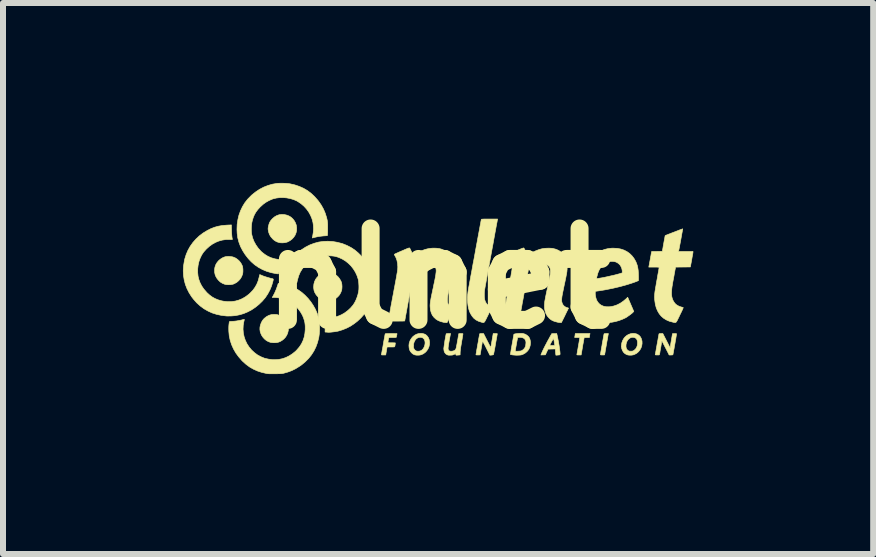
<source format=kicad_pcb>
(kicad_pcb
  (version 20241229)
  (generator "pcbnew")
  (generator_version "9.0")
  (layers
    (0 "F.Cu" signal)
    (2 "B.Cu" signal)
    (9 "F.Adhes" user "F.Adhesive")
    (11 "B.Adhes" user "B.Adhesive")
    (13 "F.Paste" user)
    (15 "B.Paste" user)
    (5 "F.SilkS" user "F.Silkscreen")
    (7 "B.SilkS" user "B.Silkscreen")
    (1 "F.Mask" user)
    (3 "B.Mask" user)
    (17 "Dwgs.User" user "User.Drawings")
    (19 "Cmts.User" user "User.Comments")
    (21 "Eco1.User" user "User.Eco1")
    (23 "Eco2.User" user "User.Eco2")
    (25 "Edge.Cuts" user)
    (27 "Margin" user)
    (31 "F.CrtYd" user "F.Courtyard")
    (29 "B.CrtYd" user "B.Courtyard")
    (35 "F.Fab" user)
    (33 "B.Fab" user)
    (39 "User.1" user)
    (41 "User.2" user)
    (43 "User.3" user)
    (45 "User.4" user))
  (footprint "nlnet"
    (layer "F.Cu")
    (at 4.254 1.594)
    (property "Reference" "nlnet" (at 0 0 0) (layer "F.SilkS") (effects (font (size 1.524 1.524) (thickness 0.3))))
    (attr through_hole)
    (fp_poly (pts (xy -2.699 0.599) (xy -2.675 0.604) (xy -2.634 0.618) (xy -2.597 0.64) (xy -2.565 0.668) (xy -2.538 0.7) (xy -2.517 0.738) (xy -2.502 0.779) (xy -2.501 0.786) (xy -2.495 0.828) (xy -2.498 0.869) (xy -2.508 0.91) (xy -2.522 0.942) (xy -2.542 0.975) (xy -2.569 1.005) (xy -2.601 1.031) (xy -2.635 1.051) (xy -2.671 1.064) (xy -2.693 1.068) (xy -2.72 1.07) (xy -2.749 1.07) (xy -2.777 1.067) (xy -2.795 1.064) (xy -2.831 1.051) (xy -2.865 1.032) (xy -2.896 1.006) (xy -2.923 0.975) (xy -2.945 0.941) (xy -2.96 0.904) (xy -2.966 0.885) (xy -2.971 0.848) (xy -2.97 0.813) (xy -2.963 0.779) (xy -2.948 0.736) (xy -2.927 0.698) (xy -2.899 0.665) (xy -2.865 0.638) (xy -2.826 0.616) (xy -2.804 0.608) (xy -2.772 0.6) (xy -2.736 0.598) (xy -2.699 0.599)) (stroke (width 0.01) (type solid)) (fill yes) (layer "F.SilkS"))
    (fp_poly (pts (xy -2.565 -1.067) (xy -2.521 -1.057) (xy -2.486 -1.043) (xy -2.454 -1.024) (xy -2.425 -0.998) (xy -2.4 -0.967) (xy -2.38 -0.932) (xy -2.366 -0.895) (xy -2.364 -0.888) (xy -2.358 -0.845) (xy -2.359 -0.802) (xy -2.368 -0.762) (xy -2.384 -0.723) (xy -2.407 -0.688) (xy -2.435 -0.658) (xy -2.469 -0.632) (xy -2.507 -0.612) (xy -2.519 -0.607) (xy -2.557 -0.598) (xy -2.596 -0.595) (xy -2.634 -0.597) (xy -2.655 -0.602) (xy -2.685 -0.611) (xy -2.71 -0.624) (xy -2.734 -0.64) (xy -2.759 -0.662) (xy -2.76 -0.664) (xy -2.789 -0.697) (xy -2.81 -0.732) (xy -2.824 -0.77) (xy -2.829 -0.792) (xy -2.832 -0.809) (xy -2.834 -0.823) (xy -2.834 -0.836) (xy -2.832 -0.852) (xy -2.83 -0.865) (xy -2.82 -0.905) (xy -2.807 -0.94) (xy -2.787 -0.97) (xy -2.762 -0.998) (xy -2.727 -1.028) (xy -2.689 -1.05) (xy -2.649 -1.064) (xy -2.608 -1.069) (xy -2.565 -1.067)) (stroke (width 0.01) (type solid)) (fill yes) (layer "F.SilkS"))
    (fp_poly (pts (xy -1.815 -0.101) (xy -1.773 -0.093) (xy -1.731 -0.077) (xy -1.725 -0.073) (xy -1.694 -0.053) (xy -1.665 -0.026) (xy -1.64 0.007) (xy -1.619 0.044) (xy -1.615 0.054) (xy -1.608 0.075) (xy -1.604 0.101) (xy -1.602 0.131) (xy -1.603 0.16) (xy -1.606 0.186) (xy -1.608 0.195) (xy -1.623 0.235) (xy -1.644 0.272) (xy -1.672 0.304) (xy -1.706 0.332) (xy -1.744 0.354) (xy -1.759 0.36) (xy -1.786 0.367) (xy -1.818 0.371) (xy -1.851 0.372) (xy -1.882 0.369) (xy -1.891 0.368) (xy -1.931 0.355) (xy -1.967 0.335) (xy -2 0.309) (xy -2.003 0.305) (xy -2.032 0.272) (xy -2.054 0.236) (xy -2.068 0.199) (xy -2.074 0.159) (xy -2.075 0.139) (xy -2.071 0.093) (xy -2.06 0.051) (xy -2.042 0.013) (xy -2.017 -0.021) (xy -2.011 -0.027) (xy -1.977 -0.057) (xy -1.939 -0.079) (xy -1.899 -0.094) (xy -1.858 -0.101) (xy -1.815 -0.101)) (stroke (width 0.01) (type solid)) (fill yes) (layer "F.SilkS"))
    (fp_poly (pts (xy -3.457 -0.366) (xy -3.429 -0.362) (xy -3.412 -0.357) (xy -3.375 -0.341) (xy -3.341 -0.317) (xy -3.311 -0.289) (xy -3.286 -0.255) (xy -3.267 -0.219) (xy -3.26 -0.198) (xy -3.256 -0.175) (xy -3.254 -0.148) (xy -3.254 -0.119) (xy -3.256 -0.091) (xy -3.26 -0.073) (xy -3.275 -0.033) (xy -3.297 0.004) (xy -3.325 0.036) (xy -3.358 0.064) (xy -3.396 0.085) (xy -3.415 0.093) (xy -3.437 0.098) (xy -3.464 0.102) (xy -3.493 0.103) (xy -3.522 0.102) (xy -3.546 0.098) (xy -3.555 0.096) (xy -3.595 0.08) (xy -3.632 0.057) (xy -3.664 0.026) (xy -3.687 -0.003) (xy -3.706 -0.036) (xy -3.718 -0.067) (xy -3.725 -0.101) (xy -3.726 -0.117) (xy -3.726 -0.156) (xy -3.72 -0.192) (xy -3.707 -0.228) (xy -3.704 -0.236) (xy -3.685 -0.267) (xy -3.66 -0.297) (xy -3.63 -0.323) (xy -3.597 -0.344) (xy -3.563 -0.359) (xy -3.541 -0.365) (xy -3.517 -0.368) (xy -3.488 -0.369) (xy -3.457 -0.366)) (stroke (width 0.01) (type solid)) (fill yes) (layer "F.SilkS"))
    (fp_poly (pts (xy 2.837 0.929) (xy 2.836 0.935) (xy 2.833 0.949) (xy 2.83 0.968) (xy 2.826 0.992) (xy 2.821 1.02) (xy 2.815 1.05) (xy 2.81 1.082) (xy 2.804 1.115) (xy 2.798 1.147) (xy 2.793 1.177) (xy 2.788 1.205) (xy 2.784 1.23) (xy 2.78 1.25) (xy 2.778 1.264) (xy 2.777 1.271) (xy 2.777 1.272) (xy 2.773 1.273) (xy 2.763 1.274) (xy 2.748 1.274) (xy 2.741 1.274) (xy 2.724 1.274) (xy 2.713 1.273) (xy 2.708 1.271) (xy 2.706 1.268) (xy 2.706 1.267) (xy 2.707 1.262) (xy 2.709 1.249) (xy 2.712 1.231) (xy 2.716 1.207) (xy 2.721 1.18) (xy 2.726 1.15) (xy 2.732 1.118) (xy 2.737 1.085) (xy 2.743 1.052) (xy 2.749 1.021) (xy 2.754 0.993) (xy 2.758 0.968) (xy 2.762 0.948) (xy 2.765 0.933) (xy 2.766 0.925) (xy 2.767 0.924) (xy 2.769 0.921) (xy 2.774 0.919) (xy 2.784 0.918) (xy 2.8 0.917) (xy 2.804 0.917) (xy 2.839 0.917) (xy 2.837 0.929)) (stroke (width 0.01) (type solid)) (fill yes) (layer "F.SilkS"))
    (fp_poly (pts (xy 2.53 0.929) (xy 2.528 0.94) (xy 2.526 0.955) (xy 2.525 0.962) (xy 2.522 0.984) (xy 2.48 0.984) (xy 2.458 0.984) (xy 2.444 0.985) (xy 2.437 0.987) (xy 2.435 0.989) (xy 2.434 0.994) (xy 2.432 1.006) (xy 2.428 1.025) (xy 2.424 1.049) (xy 2.419 1.077) (xy 2.413 1.108) (xy 2.409 1.134) (xy 2.385 1.274) (xy 2.349 1.274) (xy 2.331 1.274) (xy 2.321 1.273) (xy 2.315 1.272) (xy 2.314 1.269) (xy 2.314 1.267) (xy 2.315 1.26) (xy 2.318 1.246) (xy 2.321 1.227) (xy 2.325 1.203) (xy 2.33 1.177) (xy 2.335 1.148) (xy 2.34 1.119) (xy 2.345 1.09) (xy 2.35 1.062) (xy 2.354 1.037) (xy 2.357 1.016) (xy 2.36 1) (xy 2.361 0.991) (xy 2.362 0.988) (xy 2.358 0.986) (xy 2.347 0.984) (xy 2.328 0.984) (xy 2.32 0.984) (xy 2.278 0.984) (xy 2.28 0.964) (xy 2.283 0.949) (xy 2.285 0.934) (xy 2.285 0.931) (xy 2.288 0.917) (xy 2.533 0.917) (xy 2.53 0.929)) (stroke (width 0.01) (type solid)) (fill yes) (layer "F.SilkS"))
    (fp_poly (pts (xy 3.28 0.916) (xy 3.314 0.925) (xy 3.32 0.928) (xy 3.348 0.945) (xy 3.37 0.968) (xy 3.386 0.996) (xy 3.397 1.031) (xy 3.4 1.045) (xy 3.401 1.084) (xy 3.395 1.122) (xy 3.383 1.158) (xy 3.364 1.192) (xy 3.34 1.221) (xy 3.311 1.246) (xy 3.277 1.264) (xy 3.256 1.272) (xy 3.228 1.277) (xy 3.197 1.278) (xy 3.167 1.275) (xy 3.144 1.268) (xy 3.116 1.252) (xy 3.092 1.23) (xy 3.074 1.201) (xy 3.062 1.168) (xy 3.058 1.148) (xy 3.057 1.129) (xy 3.132 1.129) (xy 3.136 1.156) (xy 3.146 1.179) (xy 3.162 1.196) (xy 3.171 1.203) (xy 3.183 1.208) (xy 3.194 1.211) (xy 3.208 1.211) (xy 3.219 1.211) (xy 3.237 1.21) (xy 3.249 1.207) (xy 3.26 1.202) (xy 3.267 1.197) (xy 3.292 1.175) (xy 3.31 1.148) (xy 3.321 1.116) (xy 3.325 1.079) (xy 3.326 1.075) (xy 3.323 1.044) (xy 3.315 1.018) (xy 3.301 0.999) (xy 3.282 0.987) (xy 3.258 0.98) (xy 3.246 0.979) (xy 3.219 0.983) (xy 3.194 0.995) (xy 3.173 1.012) (xy 3.155 1.036) (xy 3.142 1.064) (xy 3.134 1.096) (xy 3.134 1.096) (xy 3.132 1.129) (xy 3.057 1.129) (xy 3.057 1.11) (xy 3.063 1.072) (xy 3.076 1.035) (xy 3.095 1.001) (xy 3.114 0.977) (xy 3.143 0.951) (xy 3.175 0.932) (xy 3.209 0.92) (xy 3.245 0.914) (xy 3.28 0.916)) (stroke (width 0.01) (type solid)) (fill yes) (layer "F.SilkS"))
    (fp_poly (pts (xy -0.261 0.916) (xy -0.235 0.923) (xy -0.214 0.931) (xy -0.195 0.945) (xy -0.181 0.959) (xy -0.162 0.986) (xy -0.149 1.018) (xy -0.143 1.055) (xy -0.142 1.058) (xy -0.144 1.099) (xy -0.152 1.137) (xy -0.168 1.173) (xy -0.19 1.206) (xy -0.217 1.234) (xy -0.249 1.256) (xy -0.281 1.27) (xy -0.306 1.276) (xy -0.335 1.278) (xy -0.364 1.277) (xy -0.391 1.272) (xy -0.398 1.269) (xy -0.421 1.257) (xy -0.443 1.238) (xy -0.462 1.215) (xy -0.472 1.196) (xy -0.48 1.173) (xy -0.484 1.145) (xy -0.485 1.132) (xy -0.41 1.132) (xy -0.409 1.15) (xy -0.407 1.16) (xy -0.398 1.178) (xy -0.384 1.195) (xy -0.368 1.206) (xy -0.368 1.206) (xy -0.35 1.211) (xy -0.328 1.212) (xy -0.306 1.209) (xy -0.288 1.203) (xy -0.266 1.189) (xy -0.248 1.169) (xy -0.234 1.145) (xy -0.224 1.119) (xy -0.218 1.091) (xy -0.217 1.064) (xy -0.221 1.038) (xy -0.23 1.016) (xy -0.242 1.001) (xy -0.258 0.988) (xy -0.276 0.982) (xy -0.299 0.979) (xy -0.299 0.979) (xy -0.325 0.983) (xy -0.35 0.995) (xy -0.371 1.012) (xy -0.388 1.036) (xy -0.401 1.064) (xy -0.409 1.096) (xy -0.41 1.111) (xy -0.41 1.132) (xy -0.485 1.132) (xy -0.486 1.115) (xy -0.483 1.086) (xy -0.479 1.068) (xy -0.465 1.03) (xy -0.444 0.996) (xy -0.419 0.967) (xy -0.389 0.944) (xy -0.357 0.927) (xy -0.322 0.917) (xy -0.285 0.914) (xy -0.261 0.916)) (stroke (width 0.01) (type solid)) (fill yes) (layer "F.SilkS"))
    (fp_poly (pts (xy 1.987 0.955) (xy 1.993 0.983) (xy 1.999 1.015) (xy 2.006 1.05) (xy 2.012 1.086) (xy 2.018 1.121) (xy 2.023 1.156) (xy 2.027 1.188) (xy 2.031 1.216) (xy 2.033 1.238) (xy 2.034 1.254) (xy 2.034 1.254) (xy 2.033 1.263) (xy 2.032 1.268) (xy 2.027 1.272) (xy 2.017 1.274) (xy 2.001 1.275) (xy 1.994 1.276) (xy 1.964 1.278) (xy 1.962 1.262) (xy 1.96 1.251) (xy 1.959 1.235) (xy 1.957 1.216) (xy 1.957 1.211) (xy 1.954 1.174) (xy 1.893 1.175) (xy 1.833 1.177) (xy 1.811 1.224) (xy 1.789 1.272) (xy 1.752 1.273) (xy 1.714 1.274) (xy 1.718 1.265) (xy 1.73 1.235) (xy 1.746 1.2) (xy 1.765 1.16) (xy 1.787 1.117) (xy 1.79 1.112) (xy 1.864 1.112) (xy 1.866 1.114) (xy 1.871 1.116) (xy 1.881 1.116) (xy 1.898 1.116) (xy 1.905 1.116) (xy 1.924 1.116) (xy 1.936 1.116) (xy 1.942 1.115) (xy 1.945 1.113) (xy 1.945 1.109) (xy 1.945 1.107) (xy 1.943 1.099) (xy 1.941 1.085) (xy 1.938 1.068) (xy 1.936 1.052) (xy 1.933 1.033) (xy 1.93 1.017) (xy 1.928 1.006) (xy 1.926 1.001) (xy 1.924 1.003) (xy 1.918 1.011) (xy 1.91 1.023) (xy 1.901 1.038) (xy 1.891 1.055) (xy 1.882 1.072) (xy 1.874 1.087) (xy 1.868 1.1) (xy 1.865 1.108) (xy 1.864 1.112) (xy 1.79 1.112) (xy 1.81 1.073) (xy 1.834 1.028) (xy 1.859 0.984) (xy 1.862 0.977) (xy 1.895 0.919) (xy 1.937 0.918) (xy 1.978 0.917) (xy 1.987 0.955)) (stroke (width 0.01) (type solid)) (fill yes) (layer "F.SilkS"))
    (fp_poly (pts (xy 0.878 1.153) (xy 0.919 0.917) (xy 0.954 0.917) (xy 0.971 0.917) (xy 0.981 0.918) (xy 0.986 0.919) (xy 0.987 0.922) (xy 0.987 0.927) (xy 0.985 0.933) (xy 0.983 0.946) (xy 0.98 0.966) (xy 0.975 0.99) (xy 0.97 1.02) (xy 0.964 1.053) (xy 0.958 1.088) (xy 0.956 1.099) (xy 0.95 1.135) (xy 0.944 1.169) (xy 0.938 1.199) (xy 0.933 1.224) (xy 0.929 1.245) (xy 0.926 1.26) (xy 0.924 1.267) (xy 0.924 1.268) (xy 0.917 1.271) (xy 0.906 1.274) (xy 0.892 1.276) (xy 0.864 1.278) (xy 0.802 1.155) (xy 0.784 1.119) (xy 0.769 1.091) (xy 0.757 1.07) (xy 0.749 1.055) (xy 0.743 1.046) (xy 0.74 1.042) (xy 0.739 1.044) (xy 0.738 1.051) (xy 0.736 1.066) (xy 0.733 1.086) (xy 0.729 1.11) (xy 0.724 1.137) (xy 0.72 1.162) (xy 0.715 1.191) (xy 0.711 1.217) (xy 0.707 1.239) (xy 0.704 1.256) (xy 0.702 1.267) (xy 0.701 1.271) (xy 0.698 1.272) (xy 0.687 1.274) (xy 0.673 1.274) (xy 0.666 1.274) (xy 0.65 1.274) (xy 0.638 1.273) (xy 0.631 1.271) (xy 0.631 1.271) (xy 0.632 1.266) (xy 0.634 1.254) (xy 0.637 1.237) (xy 0.641 1.214) (xy 0.645 1.187) (xy 0.651 1.157) (xy 0.656 1.126) (xy 0.662 1.093) (xy 0.668 1.061) (xy 0.673 1.03) (xy 0.678 1.001) (xy 0.683 0.976) (xy 0.687 0.954) (xy 0.689 0.939) (xy 0.691 0.93) (xy 0.691 0.929) (xy 0.693 0.923) (xy 0.696 0.919) (xy 0.702 0.918) (xy 0.713 0.917) (xy 0.726 0.917) (xy 0.758 0.917) (xy 0.878 1.153)) (stroke (width 0.01) (type solid)) (fill yes) (layer "F.SilkS"))
    (fp_poly (pts (xy 1.407 0.915) (xy 1.417 0.917) (xy 1.451 0.927) (xy 1.48 0.944) (xy 1.505 0.965) (xy 1.523 0.991) (xy 1.523 0.992) (xy 1.531 1.012) (xy 1.537 1.037) (xy 1.54 1.064) (xy 1.54 1.072) (xy 1.536 1.114) (xy 1.525 1.153) (xy 1.507 1.188) (xy 1.482 1.218) (xy 1.452 1.243) (xy 1.416 1.263) (xy 1.391 1.272) (xy 1.374 1.275) (xy 1.352 1.277) (xy 1.326 1.278) (xy 1.298 1.278) (xy 1.271 1.276) (xy 1.246 1.274) (xy 1.236 1.272) (xy 1.221 1.27) (xy 1.211 1.267) (xy 1.206 1.266) (xy 1.206 1.265) (xy 1.206 1.261) (xy 1.208 1.25) (xy 1.211 1.231) (xy 1.215 1.208) (xy 1.215 1.207) (xy 1.287 1.207) (xy 1.288 1.21) (xy 1.294 1.211) (xy 1.305 1.212) (xy 1.322 1.212) (xy 1.333 1.211) (xy 1.354 1.21) (xy 1.369 1.209) (xy 1.38 1.207) (xy 1.39 1.204) (xy 1.4 1.198) (xy 1.403 1.197) (xy 1.425 1.18) (xy 1.444 1.158) (xy 1.456 1.132) (xy 1.457 1.13) (xy 1.46 1.118) (xy 1.462 1.101) (xy 1.464 1.083) (xy 1.464 1.083) (xy 1.465 1.065) (xy 1.464 1.052) (xy 1.461 1.041) (xy 1.456 1.028) (xy 1.447 1.012) (xy 1.436 1.001) (xy 1.427 0.995) (xy 1.406 0.986) (xy 1.38 0.981) (xy 1.354 0.98) (xy 1.344 0.981) (xy 1.326 0.984) (xy 1.306 1.093) (xy 1.301 1.122) (xy 1.296 1.149) (xy 1.292 1.172) (xy 1.289 1.19) (xy 1.287 1.202) (xy 1.287 1.207) (xy 1.215 1.207) (xy 1.219 1.179) (xy 1.225 1.147) (xy 1.231 1.112) (xy 1.234 1.096) (xy 1.264 0.928) (xy 1.285 0.922) (xy 1.305 0.919) (xy 1.331 0.916) (xy 1.358 0.914) (xy 1.384 0.914) (xy 1.407 0.915)) (stroke (width 0.01) (type solid)) (fill yes) (layer "F.SilkS"))
    (fp_poly (pts (xy -0.755 0.917) (xy -0.731 0.917) (xy -0.71 0.918) (xy -0.695 0.918) (xy -0.686 0.918) (xy -0.685 0.919) (xy -0.686 0.924) (xy -0.687 0.935) (xy -0.69 0.948) (xy -0.693 0.962) (xy -0.695 0.972) (xy -0.696 0.976) (xy -0.697 0.979) (xy -0.701 0.981) (xy -0.708 0.982) (xy -0.72 0.983) (xy -0.737 0.984) (xy -0.76 0.984) (xy -0.784 0.984) (xy -0.8 0.984) (xy -0.811 0.985) (xy -0.818 0.986) (xy -0.822 0.988) (xy -0.823 0.991) (xy -0.824 0.993) (xy -0.826 1.005) (xy -0.829 1.019) (xy -0.832 1.035) (xy -0.834 1.05) (xy -0.836 1.062) (xy -0.837 1.069) (xy -0.837 1.07) (xy -0.833 1.07) (xy -0.822 1.07) (xy -0.805 1.071) (xy -0.785 1.071) (xy -0.776 1.071) (xy -0.754 1.071) (xy -0.736 1.072) (xy -0.722 1.072) (xy -0.714 1.073) (xy -0.713 1.073) (xy -0.713 1.078) (xy -0.714 1.088) (xy -0.716 1.101) (xy -0.718 1.115) (xy -0.721 1.127) (xy -0.723 1.135) (xy -0.724 1.136) (xy -0.728 1.139) (xy -0.739 1.14) (xy -0.757 1.141) (xy -0.782 1.141) (xy -0.788 1.141) (xy -0.85 1.141) (xy -0.857 1.178) (xy -0.86 1.199) (xy -0.864 1.222) (xy -0.868 1.242) (xy -0.868 1.244) (xy -0.873 1.274) (xy -0.91 1.274) (xy -0.927 1.274) (xy -0.938 1.274) (xy -0.943 1.272) (xy -0.945 1.269) (xy -0.944 1.265) (xy -0.944 1.265) (xy -0.943 1.259) (xy -0.941 1.245) (xy -0.937 1.226) (xy -0.933 1.201) (xy -0.927 1.171) (xy -0.921 1.139) (xy -0.915 1.103) (xy -0.913 1.092) (xy -0.907 1.056) (xy -0.901 1.022) (xy -0.895 0.992) (xy -0.89 0.966) (xy -0.887 0.945) (xy -0.884 0.931) (xy -0.882 0.923) (xy -0.882 0.922) (xy -0.879 0.921) (xy -0.872 0.919) (xy -0.86 0.918) (xy -0.842 0.918) (xy -0.817 0.917) (xy -0.784 0.917) (xy -0.782 0.917) (xy -0.755 0.917)) (stroke (width 0.01) (type solid)) (fill yes) (layer "F.SilkS"))
    (fp_poly (pts (xy 3.809 1.038) (xy 3.87 1.158) (xy 3.873 1.13) (xy 3.875 1.117) (xy 3.878 1.098) (xy 3.881 1.075) (xy 3.886 1.048) (xy 3.891 1.019) (xy 3.892 1.011) (xy 3.908 0.919) (xy 3.942 0.918) (xy 3.96 0.918) (xy 3.971 0.919) (xy 3.975 0.921) (xy 3.976 0.922) (xy 3.975 0.928) (xy 3.973 0.941) (xy 3.97 0.96) (xy 3.966 0.983) (xy 3.962 1.011) (xy 3.956 1.041) (xy 3.951 1.073) (xy 3.945 1.106) (xy 3.939 1.138) (xy 3.934 1.17) (xy 3.928 1.198) (xy 3.924 1.224) (xy 3.92 1.244) (xy 3.917 1.26) (xy 3.915 1.269) (xy 3.914 1.271) (xy 3.908 1.273) (xy 3.897 1.274) (xy 3.883 1.275) (xy 3.869 1.275) (xy 3.858 1.275) (xy 3.852 1.273) (xy 3.849 1.268) (xy 3.843 1.257) (xy 3.835 1.24) (xy 3.824 1.218) (xy 3.811 1.193) (xy 3.797 1.165) (xy 3.789 1.15) (xy 3.772 1.117) (xy 3.759 1.091) (xy 3.749 1.072) (xy 3.741 1.057) (xy 3.736 1.048) (xy 3.732 1.043) (xy 3.73 1.042) (xy 3.729 1.043) (xy 3.728 1.047) (xy 3.728 1.048) (xy 3.727 1.056) (xy 3.725 1.07) (xy 3.722 1.09) (xy 3.718 1.114) (xy 3.714 1.14) (xy 3.709 1.167) (xy 3.704 1.194) (xy 3.7 1.218) (xy 3.697 1.239) (xy 3.694 1.255) (xy 3.692 1.265) (xy 3.69 1.269) (xy 3.687 1.272) (xy 3.68 1.274) (xy 3.668 1.274) (xy 3.654 1.274) (xy 3.637 1.274) (xy 3.627 1.273) (xy 3.622 1.272) (xy 3.62 1.269) (xy 3.621 1.265) (xy 3.622 1.259) (xy 3.625 1.245) (xy 3.628 1.226) (xy 3.633 1.201) (xy 3.638 1.171) (xy 3.644 1.139) (xy 3.65 1.103) (xy 3.652 1.092) (xy 3.659 1.056) (xy 3.665 1.022) (xy 3.67 0.992) (xy 3.675 0.966) (xy 3.679 0.945) (xy 3.681 0.931) (xy 3.683 0.923) (xy 3.683 0.922) (xy 3.688 0.919) (xy 3.701 0.918) (xy 3.716 0.917) (xy 3.747 0.917) (xy 3.809 1.038)) (stroke (width 0.01) (type solid)) (fill yes) (layer "F.SilkS"))
    (fp_poly (pts (xy 0.206 0.929) (xy 0.202 0.946) (xy 0.198 0.968) (xy 0.193 0.994) (xy 0.188 1.022) (xy 0.183 1.051) (xy 0.178 1.079) (xy 0.174 1.104) (xy 0.171 1.125) (xy 0.169 1.14) (xy 0.168 1.146) (xy 0.167 1.17) (xy 0.171 1.188) (xy 0.179 1.2) (xy 0.187 1.206) (xy 0.203 1.211) (xy 0.223 1.212) (xy 0.244 1.209) (xy 0.263 1.204) (xy 0.263 1.203) (xy 0.272 1.199) (xy 0.28 1.194) (xy 0.286 1.189) (xy 0.292 1.182) (xy 0.296 1.173) (xy 0.301 1.16) (xy 0.305 1.143) (xy 0.309 1.12) (xy 0.315 1.091) (xy 0.321 1.055) (xy 0.322 1.049) (xy 0.328 1.018) (xy 0.333 0.989) (xy 0.337 0.964) (xy 0.341 0.944) (xy 0.343 0.929) (xy 0.344 0.921) (xy 0.344 0.92) (xy 0.348 0.919) (xy 0.359 0.918) (xy 0.373 0.917) (xy 0.38 0.917) (xy 0.4 0.918) (xy 0.411 0.919) (xy 0.415 0.922) (xy 0.414 0.927) (xy 0.412 0.939) (xy 0.409 0.958) (xy 0.405 0.981) (xy 0.401 1.009) (xy 0.395 1.04) (xy 0.392 1.06) (xy 0.384 1.107) (xy 0.377 1.147) (xy 0.373 1.18) (xy 0.37 1.206) (xy 0.368 1.227) (xy 0.368 1.233) (xy 0.367 1.273) (xy 0.335 1.276) (xy 0.319 1.277) (xy 0.307 1.277) (xy 0.299 1.277) (xy 0.299 1.276) (xy 0.296 1.271) (xy 0.295 1.262) (xy 0.295 1.25) (xy 0.271 1.263) (xy 0.258 1.269) (xy 0.247 1.273) (xy 0.235 1.276) (xy 0.218 1.277) (xy 0.208 1.277) (xy 0.187 1.278) (xy 0.172 1.277) (xy 0.161 1.274) (xy 0.151 1.271) (xy 0.128 1.256) (xy 0.111 1.235) (xy 0.1 1.209) (xy 0.096 1.178) (xy 0.095 1.169) (xy 0.096 1.159) (xy 0.098 1.143) (xy 0.101 1.121) (xy 0.105 1.095) (xy 0.109 1.067) (xy 0.113 1.038) (xy 0.118 1.01) (xy 0.123 0.983) (xy 0.127 0.959) (xy 0.131 0.94) (xy 0.134 0.927) (xy 0.135 0.922) (xy 0.139 0.92) (xy 0.151 0.918) (xy 0.17 0.917) (xy 0.172 0.917) (xy 0.208 0.917) (xy 0.206 0.929)) (stroke (width 0.01) (type solid)) (fill yes) (layer "F.SilkS"))
    (fp_poly (pts (xy 0.99 -0.983) (xy 0.989 -0.976) (xy 0.986 -0.963) (xy 0.983 -0.943) (xy 0.978 -0.919) (xy 0.973 -0.891) (xy 0.967 -0.86) (xy 0.965 -0.849) (xy 0.961 -0.827) (xy 0.956 -0.798) (xy 0.949 -0.763) (xy 0.942 -0.721) (xy 0.933 -0.674) (xy 0.924 -0.623) (xy 0.914 -0.568) (xy 0.903 -0.51) (xy 0.892 -0.45) (xy 0.881 -0.389) (xy 0.869 -0.326) (xy 0.862 -0.284) (xy 0.851 -0.224) (xy 0.84 -0.166) (xy 0.83 -0.11) (xy 0.82 -0.057) (xy 0.811 -0.008) (xy 0.803 0.037) (xy 0.796 0.077) (xy 0.789 0.113) (xy 0.784 0.142) (xy 0.78 0.165) (xy 0.777 0.181) (xy 0.776 0.189) (xy 0.773 0.216) (xy 0.771 0.246) (xy 0.771 0.278) (xy 0.772 0.309) (xy 0.775 0.336) (xy 0.778 0.355) (xy 0.79 0.389) (xy 0.809 0.42) (xy 0.836 0.447) (xy 0.868 0.469) (xy 0.877 0.474) (xy 0.887 0.48) (xy 0.891 0.486) (xy 0.89 0.49) (xy 0.888 0.495) (xy 0.882 0.507) (xy 0.874 0.525) (xy 0.863 0.547) (xy 0.851 0.573) (xy 0.837 0.601) (xy 0.83 0.616) (xy 0.813 0.65) (xy 0.8 0.677) (xy 0.789 0.697) (xy 0.781 0.713) (xy 0.773 0.724) (xy 0.766 0.73) (xy 0.759 0.734) (xy 0.751 0.734) (xy 0.742 0.733) (xy 0.731 0.73) (xy 0.718 0.726) (xy 0.672 0.711) (xy 0.632 0.69) (xy 0.597 0.663) (xy 0.568 0.629) (xy 0.543 0.589) (xy 0.537 0.579) (xy 0.521 0.541) (xy 0.509 0.501) (xy 0.5 0.457) (xy 0.494 0.407) (xy 0.493 0.395) (xy 0.491 0.373) (xy 0.49 0.353) (xy 0.49 0.334) (xy 0.49 0.314) (xy 0.491 0.294) (xy 0.493 0.272) (xy 0.496 0.248) (xy 0.499 0.221) (xy 0.504 0.189) (xy 0.51 0.153) (xy 0.518 0.111) (xy 0.527 0.062) (xy 0.537 0.007) (xy 0.539 -0.004) (xy 0.543 -0.028) (xy 0.549 -0.059) (xy 0.556 -0.096) (xy 0.564 -0.139) (xy 0.573 -0.188) (xy 0.582 -0.24) (xy 0.593 -0.296) (xy 0.604 -0.354) (xy 0.615 -0.415) (xy 0.626 -0.476) (xy 0.637 -0.537) (xy 0.641 -0.558) (xy 0.652 -0.616) (xy 0.662 -0.672) (xy 0.672 -0.725) (xy 0.681 -0.774) (xy 0.69 -0.82) (xy 0.697 -0.861) (xy 0.704 -0.898) (xy 0.71 -0.928) (xy 0.714 -0.953) (xy 0.718 -0.971) (xy 0.72 -0.982) (xy 0.721 -0.985) (xy 0.722 -0.987) (xy 0.724 -0.988) (xy 0.729 -0.99) (xy 0.737 -0.99) (xy 0.749 -0.991) (xy 0.766 -0.992) (xy 0.788 -0.992) (xy 0.817 -0.992) (xy 0.853 -0.992) (xy 0.992 -0.992) (xy 0.99 -0.983)) (stroke (width 0.01) (type solid)) (fill yes) (layer "F.SilkS"))
    (fp_poly (pts (xy -3.444 -0.805) (xy -3.443 -0.769) (xy -3.441 -0.74) (xy -3.439 -0.716) (xy -3.437 -0.695) (xy -3.434 -0.675) (xy -3.43 -0.657) (xy -3.43 -0.654) (xy -3.431 -0.651) (xy -3.436 -0.65) (xy -3.444 -0.65) (xy -3.459 -0.65) (xy -3.477 -0.651) (xy -3.54 -0.65) (xy -3.599 -0.641) (xy -3.657 -0.625) (xy -3.713 -0.602) (xy -3.766 -0.572) (xy -3.817 -0.535) (xy -3.864 -0.492) (xy -3.905 -0.446) (xy -3.912 -0.438) (xy -3.943 -0.39) (xy -3.968 -0.337) (xy -3.988 -0.28) (xy -4.001 -0.221) (xy -4.008 -0.16) (xy -4.008 -0.099) (xy -4.002 -0.039) (xy -3.99 0.012) (xy -3.969 0.069) (xy -3.941 0.124) (xy -3.905 0.176) (xy -3.861 0.227) (xy -3.854 0.235) (xy -3.81 0.275) (xy -3.765 0.308) (xy -3.718 0.334) (xy -3.667 0.355) (xy -3.612 0.371) (xy -3.576 0.378) (xy -3.509 0.385) (xy -3.445 0.384) (xy -3.382 0.376) (xy -3.322 0.359) (xy -3.264 0.335) (xy -3.208 0.302) (xy -3.155 0.262) (xy -3.131 0.24) (xy -3.087 0.194) (xy -3.052 0.146) (xy -3.023 0.095) (xy -3.001 0.041) (xy -2.985 -0.017) (xy -2.984 -0.021) (xy -2.98 -0.039) (xy -2.977 -0.053) (xy -2.975 -0.063) (xy -2.974 -0.066) (xy -2.97 -0.065) (xy -2.96 -0.061) (xy -2.945 -0.055) (xy -2.934 -0.05) (xy -2.909 -0.04) (xy -2.879 -0.03) (xy -2.847 -0.02) (xy -2.815 -0.011) (xy -2.787 -0.003) (xy -2.771 0.00012) (xy -2.759 0.003) (xy -2.752 0.006) (xy -2.748 0.011) (xy -2.748 0.021) (xy -2.751 0.036) (xy -2.754 0.047) (xy -2.775 0.12) (xy -2.804 0.19) (xy -2.84 0.257) (xy -2.882 0.32) (xy -2.932 0.378) (xy -2.988 0.432) (xy -3.049 0.481) (xy -3.112 0.523) (xy -3.177 0.557) (xy -3.242 0.584) (xy -3.309 0.604) (xy -3.378 0.618) (xy -3.38 0.618) (xy -3.4 0.62) (xy -3.424 0.622) (xy -3.452 0.624) (xy -3.479 0.624) (xy -3.504 0.625) (xy -3.524 0.624) (xy -3.53 0.624) (xy -3.613 0.614) (xy -3.693 0.597) (xy -3.768 0.573) (xy -3.838 0.541) (xy -3.904 0.503) (xy -3.966 0.457) (xy -4.024 0.405) (xy -4.077 0.345) (xy -4.108 0.305) (xy -4.151 0.238) (xy -4.186 0.169) (xy -4.214 0.097) (xy -4.233 0.023) (xy -4.245 -0.053) (xy -4.249 -0.13) (xy -4.244 -0.21) (xy -4.231 -0.29) (xy -4.223 -0.328) (xy -4.2 -0.401) (xy -4.17 -0.471) (xy -4.133 -0.537) (xy -4.089 -0.599) (xy -4.038 -0.657) (xy -3.982 -0.71) (xy -3.919 -0.758) (xy -3.85 -0.8) (xy -3.849 -0.801) (xy -3.789 -0.831) (xy -3.728 -0.855) (xy -3.666 -0.872) (xy -3.6 -0.884) (xy -3.529 -0.89) (xy -3.515 -0.891) (xy -3.446 -0.894) (xy -3.444 -0.805)) (stroke (width 0.01) (type solid)) (fill yes) (layer "F.SilkS"))
    (fp_poly (pts (xy -2.595 -1.589) (xy -2.559 -1.588) (xy -2.524 -1.586) (xy -2.492 -1.583) (xy -2.467 -1.579) (xy -2.388 -1.561) (xy -2.314 -1.536) (xy -2.244 -1.505) (xy -2.179 -1.467) (xy -2.118 -1.421) (xy -2.061 -1.368) (xy -2.008 -1.308) (xy -1.991 -1.287) (xy -1.947 -1.223) (xy -1.911 -1.158) (xy -1.882 -1.09) (xy -1.859 -1.017) (xy -1.85 -0.979) (xy -1.847 -0.964) (xy -1.845 -0.949) (xy -1.843 -0.934) (xy -1.842 -0.916) (xy -1.841 -0.895) (xy -1.841 -0.868) (xy -1.841 -0.84) (xy -1.841 -0.812) (xy -1.841 -0.786) (xy -1.842 -0.763) (xy -1.843 -0.745) (xy -1.843 -0.733) (xy -1.844 -0.73) (xy -1.847 -0.715) (xy -1.908 -0.711) (xy -1.956 -0.706) (xy -2.002 -0.699) (xy -2.044 -0.69) (xy -2.072 -0.683) (xy -2.085 -0.679) (xy -2.094 -0.677) (xy -2.096 -0.677) (xy -2.097 -0.68) (xy -2.095 -0.69) (xy -2.092 -0.704) (xy -2.091 -0.709) (xy -2.081 -0.769) (xy -2.077 -0.83) (xy -2.08 -0.891) (xy -2.086 -0.934) (xy -2.102 -0.995) (xy -2.126 -1.053) (xy -2.157 -1.109) (xy -2.194 -1.16) (xy -2.237 -1.207) (xy -2.285 -1.248) (xy -2.337 -1.283) (xy -2.362 -1.297) (xy -2.412 -1.318) (xy -2.467 -1.334) (xy -2.525 -1.345) (xy -2.583 -1.35) (xy -2.642 -1.349) (xy -2.698 -1.342) (xy -2.751 -1.329) (xy -2.77 -1.322) (xy -2.822 -1.299) (xy -2.87 -1.272) (xy -2.916 -1.239) (xy -2.96 -1.199) (xy -2.966 -1.194) (xy -3.004 -1.152) (xy -3.035 -1.111) (xy -3.06 -1.069) (xy -3.08 -1.023) (xy -3.096 -0.972) (xy -3.105 -0.934) (xy -3.109 -0.906) (xy -3.112 -0.873) (xy -3.114 -0.839) (xy -3.114 -0.804) (xy -3.112 -0.773) (xy -3.109 -0.746) (xy -3.109 -0.744) (xy -3.093 -0.679) (xy -3.069 -0.618) (xy -3.037 -0.56) (xy -2.999 -0.506) (xy -2.953 -0.455) (xy -2.938 -0.441) (xy -2.89 -0.403) (xy -2.838 -0.371) (xy -2.781 -0.346) (xy -2.719 -0.328) (xy -2.653 -0.317) (xy -2.612 -0.313) (xy -2.567 -0.31) (xy -2.596 -0.252) (xy -2.611 -0.219) (xy -2.626 -0.184) (xy -2.639 -0.151) (xy -2.644 -0.136) (xy -2.662 -0.079) (xy -2.677 -0.079) (xy -2.69 -0.08) (xy -2.702 -0.082) (xy -2.783 -0.098) (xy -2.859 -0.121) (xy -2.93 -0.151) (xy -2.996 -0.187) (xy -3.058 -0.23) (xy -3.115 -0.28) (xy -3.164 -0.332) (xy -3.215 -0.398) (xy -3.258 -0.465) (xy -3.294 -0.534) (xy -3.321 -0.606) (xy -3.34 -0.679) (xy -3.35 -0.754) (xy -3.353 -0.82) (xy -3.35 -0.902) (xy -3.338 -0.982) (xy -3.32 -1.058) (xy -3.294 -1.13) (xy -3.261 -1.199) (xy -3.222 -1.263) (xy -3.175 -1.323) (xy -3.121 -1.378) (xy -3.107 -1.392) (xy -3.042 -1.444) (xy -2.976 -1.488) (xy -2.907 -1.524) (xy -2.836 -1.552) (xy -2.763 -1.573) (xy -2.688 -1.586) (xy -2.662 -1.588) (xy -2.63 -1.589) (xy -2.595 -1.589)) (stroke (width 0.01) (type solid)) (fill yes) (layer "F.SilkS"))
    (fp_poly (pts (xy -1.762 -0.618) (xy -1.684 -0.605) (xy -1.605 -0.585) (xy -1.592 -0.581) (xy -1.52 -0.552) (xy -1.452 -0.517) (xy -1.388 -0.475) (xy -1.329 -0.425) (xy -1.287 -0.383) (xy -1.234 -0.32) (xy -1.189 -0.254) (xy -1.151 -0.186) (xy -1.122 -0.115) (xy -1.1 -0.043) (xy -1.086 0.032) (xy -1.08 0.108) (xy -1.081 0.158) (xy -1.088 0.241) (xy -1.103 0.32) (xy -1.125 0.395) (xy -1.154 0.466) (xy -1.191 0.533) (xy -1.234 0.596) (xy -1.286 0.655) (xy -1.344 0.71) (xy -1.401 0.754) (xy -1.46 0.793) (xy -1.524 0.826) (xy -1.59 0.853) (xy -1.657 0.874) (xy -1.683 0.88) (xy -1.703 0.883) (xy -1.727 0.887) (xy -1.753 0.89) (xy -1.778 0.893) (xy -1.801 0.895) (xy -1.819 0.896) (xy -1.83 0.896) (xy -1.841 0.895) (xy -1.855 0.894) (xy -1.862 0.893) (xy -1.884 0.892) (xy -1.884 0.827) (xy -1.885 0.764) (xy -1.89 0.708) (xy -1.896 0.671) (xy -1.899 0.653) (xy -1.835 0.653) (xy -1.796 0.653) (xy -1.762 0.65) (xy -1.731 0.645) (xy -1.699 0.637) (xy -1.665 0.626) (xy -1.664 0.626) (xy -1.61 0.603) (xy -1.558 0.573) (xy -1.508 0.536) (xy -1.462 0.494) (xy -1.421 0.447) (xy -1.417 0.442) (xy -1.393 0.405) (xy -1.371 0.362) (xy -1.352 0.315) (xy -1.336 0.265) (xy -1.325 0.215) (xy -1.324 0.207) (xy -1.321 0.183) (xy -1.32 0.154) (xy -1.32 0.122) (xy -1.322 0.089) (xy -1.324 0.058) (xy -1.328 0.031) (xy -1.332 0.011) (xy -1.352 -0.049) (xy -1.379 -0.107) (xy -1.413 -0.161) (xy -1.452 -0.211) (xy -1.497 -0.255) (xy -1.546 -0.294) (xy -1.599 -0.326) (xy -1.652 -0.35) (xy -1.68 -0.36) (xy -1.706 -0.367) (xy -1.731 -0.373) (xy -1.758 -0.376) (xy -1.788 -0.379) (xy -1.823 -0.379) (xy -1.843 -0.379) (xy -1.872 -0.379) (xy -1.895 -0.379) (xy -1.913 -0.378) (xy -1.927 -0.377) (xy -1.94 -0.375) (xy -1.953 -0.372) (xy -1.967 -0.369) (xy -1.969 -0.368) (xy -2.005 -0.356) (xy -2.045 -0.34) (xy -2.084 -0.321) (xy -2.119 -0.3) (xy -2.125 -0.296) (xy -2.179 -0.254) (xy -2.226 -0.209) (xy -2.266 -0.159) (xy -2.299 -0.105) (xy -2.324 -0.047) (xy -2.342 0.015) (xy -2.343 0.017) (xy -2.346 0.033) (xy -2.35 0.048) (xy -2.352 0.058) (xy -2.352 0.059) (xy -2.355 0.07) (xy -2.387 0.056) (xy -2.44 0.035) (xy -2.497 0.017) (xy -2.537 0.007) (xy -2.557 0.003) (xy -2.571 -0.002) (xy -2.58 -0.005) (xy -2.581 -0.007) (xy -2.58 -0.021) (xy -2.576 -0.041) (xy -2.569 -0.066) (xy -2.56 -0.093) (xy -2.551 -0.122) (xy -2.54 -0.15) (xy -2.529 -0.177) (xy -2.522 -0.193) (xy -2.487 -0.257) (xy -2.447 -0.317) (xy -2.401 -0.372) (xy -2.348 -0.423) (xy -2.288 -0.472) (xy -2.272 -0.484) (xy -2.206 -0.526) (xy -2.137 -0.561) (xy -2.065 -0.588) (xy -1.992 -0.608) (xy -1.916 -0.619) (xy -1.84 -0.622) (xy -1.762 -0.618)) (stroke (width 0.01) (type solid)) (fill yes) (layer "F.SilkS"))
    (fp_poly (pts (xy 2.989 -0.503) (xy 3.046 -0.492) (xy 3.1 -0.474) (xy 3.149 -0.449) (xy 3.193 -0.418) (xy 3.232 -0.38) (xy 3.266 -0.336) (xy 3.295 -0.286) (xy 3.307 -0.257) (xy 3.32 -0.221) (xy 3.329 -0.182) (xy 3.336 -0.139) (xy 3.339 -0.089) (xy 3.341 -0.034) (xy 3.341 -0.024) (xy 3.341 0.033) (xy 3.33 0.039) (xy 3.318 0.044) (xy 3.3 0.051) (xy 3.277 0.06) (xy 3.251 0.069) (xy 3.222 0.079) (xy 3.193 0.088) (xy 3.165 0.097) (xy 3.152 0.101) (xy 3.034 0.134) (xy 2.911 0.163) (xy 2.786 0.188) (xy 2.701 0.202) (xy 2.624 0.213) (xy 2.621 0.227) (xy 2.62 0.246) (xy 2.621 0.27) (xy 2.625 0.296) (xy 2.631 0.322) (xy 2.638 0.346) (xy 2.644 0.362) (xy 2.666 0.397) (xy 2.693 0.426) (xy 2.724 0.447) (xy 2.761 0.462) (xy 2.801 0.47) (xy 2.847 0.471) (xy 2.873 0.469) (xy 2.929 0.458) (xy 2.984 0.439) (xy 3.037 0.412) (xy 3.088 0.377) (xy 3.131 0.341) (xy 3.161 0.312) (xy 3.263 0.549) (xy 3.249 0.563) (xy 3.236 0.576) (xy 3.217 0.591) (xy 3.195 0.608) (xy 3.172 0.624) (xy 3.15 0.64) (xy 3.13 0.652) (xy 3.125 0.655) (xy 3.073 0.679) (xy 3.017 0.7) (xy 2.957 0.717) (xy 2.9 0.728) (xy 2.873 0.731) (xy 2.841 0.733) (xy 2.807 0.734) (xy 2.774 0.734) (xy 2.742 0.732) (xy 2.716 0.729) (xy 2.709 0.728) (xy 2.652 0.714) (xy 2.599 0.693) (xy 2.551 0.665) (xy 2.506 0.63) (xy 2.49 0.615) (xy 2.463 0.585) (xy 2.44 0.555) (xy 2.42 0.522) (xy 2.408 0.5) (xy 2.39 0.46) (xy 2.376 0.42) (xy 2.365 0.378) (xy 2.356 0.331) (xy 2.351 0.296) (xy 2.346 0.22) (xy 2.347 0.145) (xy 2.355 0.071) (xy 2.369 -0.001) (xy 2.371 -0.009) (xy 2.644 -0.009) (xy 2.645 -0.003) (xy 2.65 -0.000122) (xy 2.66 -0.000311) (xy 2.676 -0.003) (xy 2.699 -0.007) (xy 2.724 -0.011) (xy 2.751 -0.016) (xy 2.777 -0.021) (xy 2.795 -0.025) (xy 2.837 -0.034) (xy 2.879 -0.044) (xy 2.92 -0.053) (xy 2.957 -0.062) (xy 2.99 -0.071) (xy 3.017 -0.078) (xy 3.024 -0.08) (xy 3.069 -0.094) (xy 3.071 -0.11) (xy 3.069 -0.139) (xy 3.062 -0.17) (xy 3.049 -0.2) (xy 3.032 -0.227) (xy 3.018 -0.241) (xy 2.993 -0.261) (xy 2.967 -0.275) (xy 2.937 -0.283) (xy 2.904 -0.286) (xy 2.883 -0.285) (xy 2.85 -0.282) (xy 2.822 -0.274) (xy 2.795 -0.261) (xy 2.777 -0.249) (xy 2.741 -0.219) (xy 2.71 -0.183) (xy 2.684 -0.14) (xy 2.664 -0.092) (xy 2.649 -0.036) (xy 2.648 -0.034) (xy 2.645 -0.019) (xy 2.644 -0.009) (xy 2.371 -0.009) (xy 2.389 -0.07) (xy 2.414 -0.137) (xy 2.445 -0.199) (xy 2.481 -0.258) (xy 2.521 -0.312) (xy 2.567 -0.36) (xy 2.616 -0.402) (xy 2.67 -0.438) (xy 2.719 -0.464) (xy 2.775 -0.485) (xy 2.833 -0.499) (xy 2.895 -0.506) (xy 2.928 -0.506) (xy 2.989 -0.503)) (stroke (width 0.01) (type solid)) (fill yes) (layer "F.SilkS"))
    (fp_poly (pts (xy -2.647 0.082) (xy -2.631 0.084) (xy -2.611 0.088) (xy -2.589 0.092) (xy -2.567 0.096) (xy -2.546 0.101) (xy -2.541 0.102) (xy -2.512 0.11) (xy -2.479 0.121) (xy -2.445 0.133) (xy -2.414 0.145) (xy -2.387 0.157) (xy -2.383 0.159) (xy -2.326 0.193) (xy -2.27 0.233) (xy -2.217 0.28) (xy -2.167 0.332) (xy -2.122 0.388) (xy -2.082 0.448) (xy -2.047 0.51) (xy -2.019 0.573) (xy -2.014 0.587) (xy -2.005 0.618) (xy -1.996 0.654) (xy -1.987 0.691) (xy -1.981 0.727) (xy -1.98 0.737) (xy -1.977 0.768) (xy -1.976 0.805) (xy -1.976 0.845) (xy -1.978 0.886) (xy -1.981 0.926) (xy -1.986 0.963) (xy -1.99 0.988) (xy -2.01 1.066) (xy -2.037 1.14) (xy -2.071 1.209) (xy -2.112 1.273) (xy -2.16 1.333) (xy -2.215 1.388) (xy -2.276 1.439) (xy -2.315 1.466) (xy -2.377 1.504) (xy -2.442 1.536) (xy -2.511 1.561) (xy -2.571 1.578) (xy -2.584 1.581) (xy -2.596 1.583) (xy -2.61 1.585) (xy -2.625 1.586) (xy -2.645 1.587) (xy -2.669 1.587) (xy -2.7 1.588) (xy -2.716 1.588) (xy -2.752 1.588) (xy -2.78 1.588) (xy -2.803 1.588) (xy -2.822 1.587) (xy -2.838 1.586) (xy -2.852 1.584) (xy -2.864 1.582) (xy -2.941 1.564) (xy -3.012 1.541) (xy -3.078 1.511) (xy -3.14 1.476) (xy -3.199 1.433) (xy -3.254 1.384) (xy -3.271 1.367) (xy -3.325 1.305) (xy -3.372 1.241) (xy -3.411 1.173) (xy -3.442 1.104) (xy -3.466 1.031) (xy -3.482 0.957) (xy -3.489 0.881) (xy -3.49 0.847) (xy -3.49 0.819) (xy -3.489 0.792) (xy -3.487 0.768) (xy -3.484 0.746) (xy -3.482 0.73) (xy -3.479 0.72) (xy -3.477 0.717) (xy -3.471 0.716) (xy -3.458 0.714) (xy -3.442 0.714) (xy -3.439 0.714) (xy -3.405 0.712) (xy -3.366 0.708) (xy -3.325 0.701) (xy -3.285 0.693) (xy -3.275 0.691) (xy -3.258 0.686) (xy -3.243 0.683) (xy -3.234 0.681) (xy -3.231 0.681) (xy -3.231 0.686) (xy -3.233 0.696) (xy -3.236 0.711) (xy -3.238 0.716) (xy -3.249 0.78) (xy -3.252 0.844) (xy -3.247 0.908) (xy -3.234 0.97) (xy -3.214 1.03) (xy -3.186 1.088) (xy -3.152 1.14) (xy -3.109 1.192) (xy -3.061 1.236) (xy -3.01 1.274) (xy -2.954 1.304) (xy -2.895 1.328) (xy -2.831 1.343) (xy -2.765 1.352) (xy -2.724 1.353) (xy -2.66 1.349) (xy -2.598 1.337) (xy -2.539 1.317) (xy -2.482 1.289) (xy -2.428 1.254) (xy -2.376 1.212) (xy -2.352 1.187) (xy -2.311 1.139) (xy -2.278 1.089) (xy -2.252 1.035) (xy -2.233 0.978) (xy -2.221 0.917) (xy -2.215 0.852) (xy -2.215 0.832) (xy -2.215 0.794) (xy -2.218 0.761) (xy -2.222 0.731) (xy -2.229 0.702) (xy -2.239 0.67) (xy -2.239 0.668) (xy -2.261 0.614) (xy -2.291 0.562) (xy -2.326 0.513) (xy -2.367 0.467) (xy -2.412 0.426) (xy -2.46 0.392) (xy -2.491 0.373) (xy -2.535 0.354) (xy -2.584 0.338) (xy -2.636 0.325) (xy -2.687 0.318) (xy -2.731 0.315) (xy -2.765 0.315) (xy -2.754 0.296) (xy -2.727 0.245) (xy -2.702 0.188) (xy -2.685 0.142) (xy -2.678 0.121) (xy -2.672 0.104) (xy -2.668 0.09) (xy -2.665 0.082) (xy -2.664 0.081) (xy -2.659 0.081) (xy -2.647 0.082)) (stroke (width 0.01) (type solid)) (fill yes) (layer "F.SilkS"))
    (fp_poly (pts (xy 4.078 -0.825) (xy 4.076 -0.813) (xy 4.073 -0.796) (xy 4.069 -0.773) (xy 4.064 -0.747) (xy 4.059 -0.717) (xy 4.053 -0.684) (xy 4.047 -0.651) (xy 4.041 -0.617) (xy 4.035 -0.585) (xy 4.029 -0.554) (xy 4.024 -0.525) (xy 4.019 -0.501) (xy 4.015 -0.481) (xy 4.012 -0.468) (xy 4.011 -0.462) (xy 4.009 -0.452) (xy 4.25 -0.452) (xy 4.25 -0.441) (xy 4.249 -0.434) (xy 4.247 -0.42) (xy 4.244 -0.4) (xy 4.239 -0.376) (xy 4.234 -0.348) (xy 4.229 -0.317) (xy 4.228 -0.311) (xy 4.206 -0.193) (xy 3.96 -0.191) (xy 3.956 -0.169) (xy 3.953 -0.156) (xy 3.949 -0.136) (xy 3.945 -0.111) (xy 3.939 -0.082) (xy 3.934 -0.051) (xy 3.928 -0.018) (xy 3.922 0.014) (xy 3.916 0.045) (xy 3.911 0.073) (xy 3.907 0.098) (xy 3.904 0.116) (xy 3.902 0.129) (xy 3.901 0.13) (xy 3.895 0.182) (xy 3.892 0.227) (xy 3.892 0.268) (xy 3.897 0.304) (xy 3.906 0.337) (xy 3.907 0.341) (xy 3.919 0.368) (xy 3.935 0.395) (xy 3.954 0.419) (xy 3.969 0.433) (xy 3.991 0.448) (xy 4.018 0.462) (xy 4.046 0.472) (xy 4.064 0.477) (xy 4.077 0.48) (xy 4.086 0.484) (xy 4.088 0.486) (xy 4.086 0.49) (xy 4.081 0.501) (xy 4.074 0.518) (xy 4.064 0.54) (xy 4.052 0.565) (xy 4.038 0.593) (xy 4.029 0.612) (xy 4.013 0.646) (xy 3.999 0.674) (xy 3.989 0.695) (xy 3.98 0.711) (xy 3.972 0.723) (xy 3.965 0.73) (xy 3.958 0.733) (xy 3.95 0.734) (xy 3.94 0.733) (xy 3.928 0.731) (xy 3.913 0.727) (xy 3.91 0.726) (xy 3.854 0.711) (xy 3.804 0.689) (xy 3.759 0.661) (xy 3.72 0.627) (xy 3.687 0.587) (xy 3.66 0.541) (xy 3.638 0.49) (xy 3.622 0.432) (xy 3.613 0.369) (xy 3.611 0.351) (xy 3.61 0.333) (xy 3.609 0.316) (xy 3.609 0.299) (xy 3.61 0.281) (xy 3.611 0.262) (xy 3.613 0.24) (xy 3.616 0.215) (xy 3.621 0.187) (xy 3.626 0.153) (xy 3.633 0.115) (xy 3.64 0.07) (xy 3.65 0.018) (xy 3.655 -0.009) (xy 3.661 -0.046) (xy 3.667 -0.08) (xy 3.673 -0.111) (xy 3.678 -0.137) (xy 3.681 -0.159) (xy 3.684 -0.174) (xy 3.685 -0.183) (xy 3.685 -0.185) (xy 3.685 -0.187) (xy 3.681 -0.188) (xy 3.674 -0.189) (xy 3.663 -0.19) (xy 3.646 -0.191) (xy 3.622 -0.191) (xy 3.599 -0.191) (xy 3.513 -0.191) (xy 3.537 -0.321) (xy 3.542 -0.352) (xy 3.548 -0.381) (xy 3.552 -0.406) (xy 3.556 -0.427) (xy 3.559 -0.442) (xy 3.561 -0.45) (xy 3.561 -0.451) (xy 3.565 -0.452) (xy 3.576 -0.452) (xy 3.593 -0.452) (xy 3.615 -0.452) (xy 3.64 -0.452) (xy 3.65 -0.452) (xy 3.676 -0.453) (xy 3.7 -0.453) (xy 3.719 -0.454) (xy 3.732 -0.454) (xy 3.739 -0.455) (xy 3.739 -0.456) (xy 3.74 -0.461) (xy 3.742 -0.473) (xy 3.745 -0.49) (xy 3.749 -0.512) (xy 3.753 -0.537) (xy 3.758 -0.564) (xy 3.763 -0.593) (xy 3.768 -0.621) (xy 3.773 -0.647) (xy 3.778 -0.671) (xy 3.781 -0.691) (xy 3.784 -0.706) (xy 3.786 -0.715) (xy 3.786 -0.716) (xy 3.791 -0.718) (xy 3.801 -0.723) (xy 3.818 -0.729) (xy 3.839 -0.738) (xy 3.864 -0.747) (xy 3.891 -0.758) (xy 3.92 -0.769) (xy 3.949 -0.78) (xy 3.977 -0.791) (xy 4.004 -0.801) (xy 4.028 -0.811) (xy 4.049 -0.818) (xy 4.065 -0.824) (xy 4.075 -0.828) (xy 4.078 -0.829) (xy 4.078 -0.825)) (stroke (width 0.01) (type solid)) (fill yes) (layer "F.SilkS"))
    (fp_poly (pts (xy 1.429 -0.509) (xy 1.431 -0.508) (xy 1.431 -0.507) (xy 1.438 -0.496) (xy 1.447 -0.479) (xy 1.456 -0.46) (xy 1.465 -0.44) (xy 1.471 -0.422) (xy 1.474 -0.413) (xy 1.477 -0.4) (xy 1.48 -0.392) (xy 1.482 -0.39) (xy 1.487 -0.392) (xy 1.497 -0.397) (xy 1.51 -0.405) (xy 1.511 -0.405) (xy 1.554 -0.429) (xy 1.599 -0.45) (xy 1.645 -0.469) (xy 1.689 -0.485) (xy 1.73 -0.496) (xy 1.751 -0.5) (xy 1.774 -0.503) (xy 1.801 -0.505) (xy 1.83 -0.506) (xy 1.859 -0.506) (xy 1.885 -0.505) (xy 1.907 -0.503) (xy 1.913 -0.502) (xy 1.963 -0.489) (xy 2.008 -0.47) (xy 2.047 -0.445) (xy 2.08 -0.413) (xy 2.108 -0.376) (xy 2.12 -0.354) (xy 2.132 -0.328) (xy 2.141 -0.304) (xy 2.147 -0.278) (xy 2.15 -0.249) (xy 2.151 -0.215) (xy 2.152 -0.197) (xy 2.152 -0.18) (xy 2.151 -0.164) (xy 2.151 -0.149) (xy 2.149 -0.134) (xy 2.148 -0.117) (xy 2.145 -0.099) (xy 2.142 -0.079) (xy 2.137 -0.055) (xy 2.132 -0.027) (xy 2.125 0.007) (xy 2.117 0.046) (xy 2.107 0.092) (xy 2.1 0.125) (xy 2.09 0.174) (xy 2.081 0.217) (xy 2.074 0.253) (xy 2.068 0.283) (xy 2.064 0.308) (xy 2.062 0.329) (xy 2.06 0.346) (xy 2.06 0.361) (xy 2.061 0.374) (xy 2.062 0.386) (xy 2.062 0.387) (xy 2.072 0.419) (xy 2.088 0.446) (xy 2.11 0.466) (xy 2.137 0.481) (xy 2.161 0.488) (xy 2.17 0.491) (xy 2.174 0.493) (xy 2.174 0.494) (xy 2.172 0.498) (xy 2.167 0.509) (xy 2.159 0.526) (xy 2.148 0.547) (xy 2.136 0.572) (xy 2.122 0.6) (xy 2.115 0.616) (xy 2.056 0.734) (xy 2.038 0.734) (xy 2.023 0.733) (xy 2.005 0.731) (xy 1.992 0.728) (xy 1.953 0.718) (xy 1.921 0.707) (xy 1.893 0.693) (xy 1.869 0.676) (xy 1.849 0.658) (xy 1.82 0.624) (xy 1.798 0.585) (xy 1.783 0.542) (xy 1.774 0.494) (xy 1.773 0.441) (xy 1.778 0.384) (xy 1.781 0.367) (xy 1.784 0.352) (xy 1.788 0.329) (xy 1.793 0.302) (xy 1.8 0.269) (xy 1.807 0.234) (xy 1.815 0.197) (xy 1.823 0.159) (xy 1.824 0.154) (xy 1.835 0.104) (xy 1.844 0.061) (xy 1.851 0.025) (xy 1.857 -0.006) (xy 1.862 -0.031) (xy 1.866 -0.052) (xy 1.869 -0.07) (xy 1.871 -0.085) (xy 1.872 -0.098) (xy 1.873 -0.11) (xy 1.873 -0.122) (xy 1.873 -0.125) (xy 1.871 -0.154) (xy 1.865 -0.177) (xy 1.855 -0.196) (xy 1.841 -0.211) (xy 1.816 -0.228) (xy 1.787 -0.239) (xy 1.754 -0.243) (xy 1.717 -0.241) (xy 1.676 -0.233) (xy 1.629 -0.218) (xy 1.614 -0.212) (xy 1.595 -0.204) (xy 1.575 -0.194) (xy 1.555 -0.184) (xy 1.537 -0.173) (xy 1.522 -0.164) (xy 1.511 -0.156) (xy 1.507 -0.15) (xy 1.507 -0.15) (xy 1.506 -0.145) (xy 1.504 -0.133) (xy 1.5 -0.114) (xy 1.496 -0.09) (xy 1.491 -0.061) (xy 1.485 -0.029) (xy 1.478 0.007) (xy 1.476 0.022) (xy 1.469 0.059) (xy 1.461 0.102) (xy 1.452 0.151) (xy 1.442 0.203) (xy 1.432 0.257) (xy 1.422 0.313) (xy 1.412 0.367) (xy 1.402 0.419) (xy 1.399 0.438) (xy 1.391 0.483) (xy 1.383 0.525) (xy 1.375 0.564) (xy 1.369 0.6) (xy 1.363 0.632) (xy 1.358 0.658) (xy 1.354 0.678) (xy 1.352 0.692) (xy 1.351 0.698) (xy 1.351 0.698) (xy 1.348 0.71) (xy 1.212 0.71) (xy 1.179 0.71) (xy 1.149 0.709) (xy 1.123 0.709) (xy 1.101 0.708) (xy 1.086 0.708) (xy 1.077 0.707) (xy 1.075 0.706) (xy 1.076 0.702) (xy 1.078 0.69) (xy 1.081 0.671) (xy 1.086 0.645) (xy 1.092 0.613) (xy 1.099 0.576) (xy 1.107 0.535) (xy 1.115 0.488) (xy 1.125 0.439) (xy 1.134 0.386) (xy 1.145 0.33) (xy 1.151 0.294) (xy 1.162 0.236) (xy 1.173 0.18) (xy 1.183 0.126) (xy 1.192 0.075) (xy 1.201 0.027) (xy 1.209 -0.017) (xy 1.216 -0.055) (xy 1.221 -0.089) (xy 1.226 -0.116) (xy 1.23 -0.137) (xy 1.232 -0.151) (xy 1.232 -0.155) (xy 1.234 -0.211) (xy 1.228 -0.265) (xy 1.214 -0.317) (xy 1.195 -0.364) (xy 1.187 -0.38) (xy 1.181 -0.394) (xy 1.178 -0.404) (xy 1.177 -0.407) (xy 1.182 -0.409) (xy 1.193 -0.414) (xy 1.21 -0.422) (xy 1.232 -0.432) (xy 1.258 -0.443) (xy 1.286 -0.455) (xy 1.303 -0.462) (xy 1.337 -0.477) (xy 1.364 -0.488) (xy 1.385 -0.497) (xy 1.401 -0.503) (xy 1.413 -0.507) (xy 1.421 -0.51) (xy 1.426 -0.51) (xy 1.429 -0.509)) (stroke (width 0.01) (type solid)) (fill yes) (layer "F.SilkS"))
    (fp_poly (pts (xy -0.476 -0.51) (xy -0.474 -0.508) (xy -0.474 -0.508) (xy -0.467 -0.497) (xy -0.459 -0.48) (xy -0.45 -0.461) (xy -0.441 -0.442) (xy -0.435 -0.424) (xy -0.431 -0.413) (xy -0.428 -0.401) (xy -0.426 -0.393) (xy -0.426 -0.391) (xy -0.422 -0.393) (xy -0.412 -0.397) (xy -0.397 -0.405) (xy -0.377 -0.414) (xy -0.355 -0.426) (xy -0.348 -0.429) (xy -0.3 -0.452) (xy -0.256 -0.471) (xy -0.216 -0.485) (xy -0.178 -0.495) (xy -0.14 -0.502) (xy -0.101 -0.506) (xy -0.066 -0.507) (xy -0.021 -0.505) (xy 0.019 -0.5) (xy 0.054 -0.491) (xy 0.088 -0.477) (xy 0.096 -0.473) (xy 0.136 -0.448) (xy 0.17 -0.418) (xy 0.199 -0.382) (xy 0.216 -0.35) (xy 0.227 -0.325) (xy 0.235 -0.302) (xy 0.241 -0.279) (xy 0.244 -0.253) (xy 0.246 -0.223) (xy 0.246 -0.195) (xy 0.246 -0.179) (xy 0.246 -0.165) (xy 0.246 -0.152) (xy 0.245 -0.139) (xy 0.243 -0.125) (xy 0.241 -0.109) (xy 0.238 -0.091) (xy 0.235 -0.069) (xy 0.23 -0.044) (xy 0.224 -0.014) (xy 0.216 0.021) (xy 0.208 0.063) (xy 0.197 0.111) (xy 0.192 0.135) (xy 0.183 0.177) (xy 0.176 0.212) (xy 0.17 0.241) (xy 0.165 0.264) (xy 0.162 0.283) (xy 0.16 0.3) (xy 0.158 0.313) (xy 0.157 0.326) (xy 0.156 0.338) (xy 0.156 0.349) (xy 0.156 0.37) (xy 0.157 0.386) (xy 0.158 0.398) (xy 0.161 0.408) (xy 0.165 0.418) (xy 0.181 0.444) (xy 0.203 0.465) (xy 0.23 0.48) (xy 0.255 0.488) (xy 0.265 0.49) (xy 0.27 0.492) (xy 0.27 0.492) (xy 0.268 0.496) (xy 0.263 0.507) (xy 0.255 0.523) (xy 0.245 0.544) (xy 0.232 0.569) (xy 0.219 0.596) (xy 0.21 0.614) (xy 0.149 0.735) (xy 0.132 0.734) (xy 0.116 0.733) (xy 0.099 0.731) (xy 0.093 0.73) (xy 0.043 0.717) (xy -0.001 0.699) (xy -0.038 0.675) (xy -0.07 0.645) (xy -0.096 0.611) (xy -0.114 0.571) (xy -0.127 0.526) (xy -0.132 0.476) (xy -0.133 0.458) (xy -0.133 0.444) (xy -0.132 0.43) (xy -0.131 0.415) (xy -0.129 0.399) (xy -0.127 0.38) (xy -0.123 0.359) (xy -0.119 0.334) (xy -0.113 0.304) (xy -0.106 0.269) (xy -0.097 0.228) (xy -0.087 0.179) (xy -0.081 0.154) (xy -0.07 0.097) (xy -0.059 0.048) (xy -0.051 0.006) (xy -0.044 -0.03) (xy -0.039 -0.06) (xy -0.036 -0.086) (xy -0.033 -0.107) (xy -0.032 -0.125) (xy -0.032 -0.141) (xy -0.034 -0.154) (xy -0.036 -0.165) (xy -0.037 -0.17) (xy -0.048 -0.193) (xy -0.066 -0.213) (xy -0.089 -0.228) (xy -0.117 -0.238) (xy -0.149 -0.243) (xy -0.183 -0.242) (xy -0.189 -0.241) (xy -0.22 -0.235) (xy -0.254 -0.225) (xy -0.289 -0.213) (xy -0.323 -0.198) (xy -0.353 -0.183) (xy -0.378 -0.167) (xy -0.387 -0.16) (xy -0.389 -0.159) (xy -0.391 -0.156) (xy -0.393 -0.152) (xy -0.395 -0.147) (xy -0.398 -0.139) (xy -0.4 -0.128) (xy -0.404 -0.114) (xy -0.407 -0.096) (xy -0.412 -0.074) (xy -0.417 -0.047) (xy -0.423 -0.014) (xy -0.431 0.025) (xy -0.439 0.071) (xy -0.449 0.123) (xy -0.459 0.176) (xy -0.469 0.23) (xy -0.479 0.284) (xy -0.488 0.337) (xy -0.498 0.388) (xy -0.507 0.436) (xy -0.515 0.48) (xy -0.522 0.52) (xy -0.528 0.555) (xy -0.534 0.583) (xy -0.537 0.603) (xy -0.538 0.604) (xy -0.543 0.632) (xy -0.547 0.657) (xy -0.551 0.678) (xy -0.554 0.694) (xy -0.556 0.704) (xy -0.556 0.707) (xy -0.56 0.708) (xy -0.571 0.708) (xy -0.589 0.709) (xy -0.612 0.709) (xy -0.64 0.709) (xy -0.671 0.71) (xy -0.693 0.71) (xy -0.732 0.71) (xy -0.762 0.709) (xy -0.786 0.709) (xy -0.804 0.709) (xy -0.817 0.708) (xy -0.825 0.707) (xy -0.829 0.706) (xy -0.83 0.704) (xy -0.829 0.699) (xy -0.827 0.687) (xy -0.824 0.668) (xy -0.819 0.642) (xy -0.813 0.61) (xy -0.806 0.573) (xy -0.798 0.531) (xy -0.79 0.485) (xy -0.781 0.436) (xy -0.771 0.384) (xy -0.761 0.329) (xy -0.758 0.313) (xy -0.744 0.242) (xy -0.733 0.18) (xy -0.722 0.124) (xy -0.713 0.075) (xy -0.705 0.032) (xy -0.698 -0.005) (xy -0.692 -0.037) (xy -0.688 -0.064) (xy -0.684 -0.088) (xy -0.68 -0.107) (xy -0.678 -0.123) (xy -0.676 -0.137) (xy -0.674 -0.149) (xy -0.673 -0.159) (xy -0.673 -0.168) (xy -0.673 -0.176) (xy -0.672 -0.184) (xy -0.672 -0.192) (xy -0.672 -0.198) (xy -0.676 -0.253) (xy -0.686 -0.303) (xy -0.703 -0.35) (xy -0.718 -0.377) (xy -0.724 -0.389) (xy -0.729 -0.399) (xy -0.729 -0.404) (xy -0.725 -0.406) (xy -0.715 -0.412) (xy -0.698 -0.42) (xy -0.677 -0.429) (xy -0.651 -0.441) (xy -0.623 -0.453) (xy -0.604 -0.461) (xy -0.57 -0.476) (xy -0.542 -0.488) (xy -0.521 -0.497) (xy -0.505 -0.503) (xy -0.493 -0.507) (xy -0.485 -0.51) (xy -0.48 -0.51) (xy -0.476 -0.51)) (stroke (width 0.01) (type solid)) (fill yes) (layer "F.SilkS")))
  (gr_rect
    (start -3 -3)
    (end 11.508 6.187)
    (stroke (width 0.1) (type default))
    (fill no)
    (layer "Edge.Cuts")))
</source>
